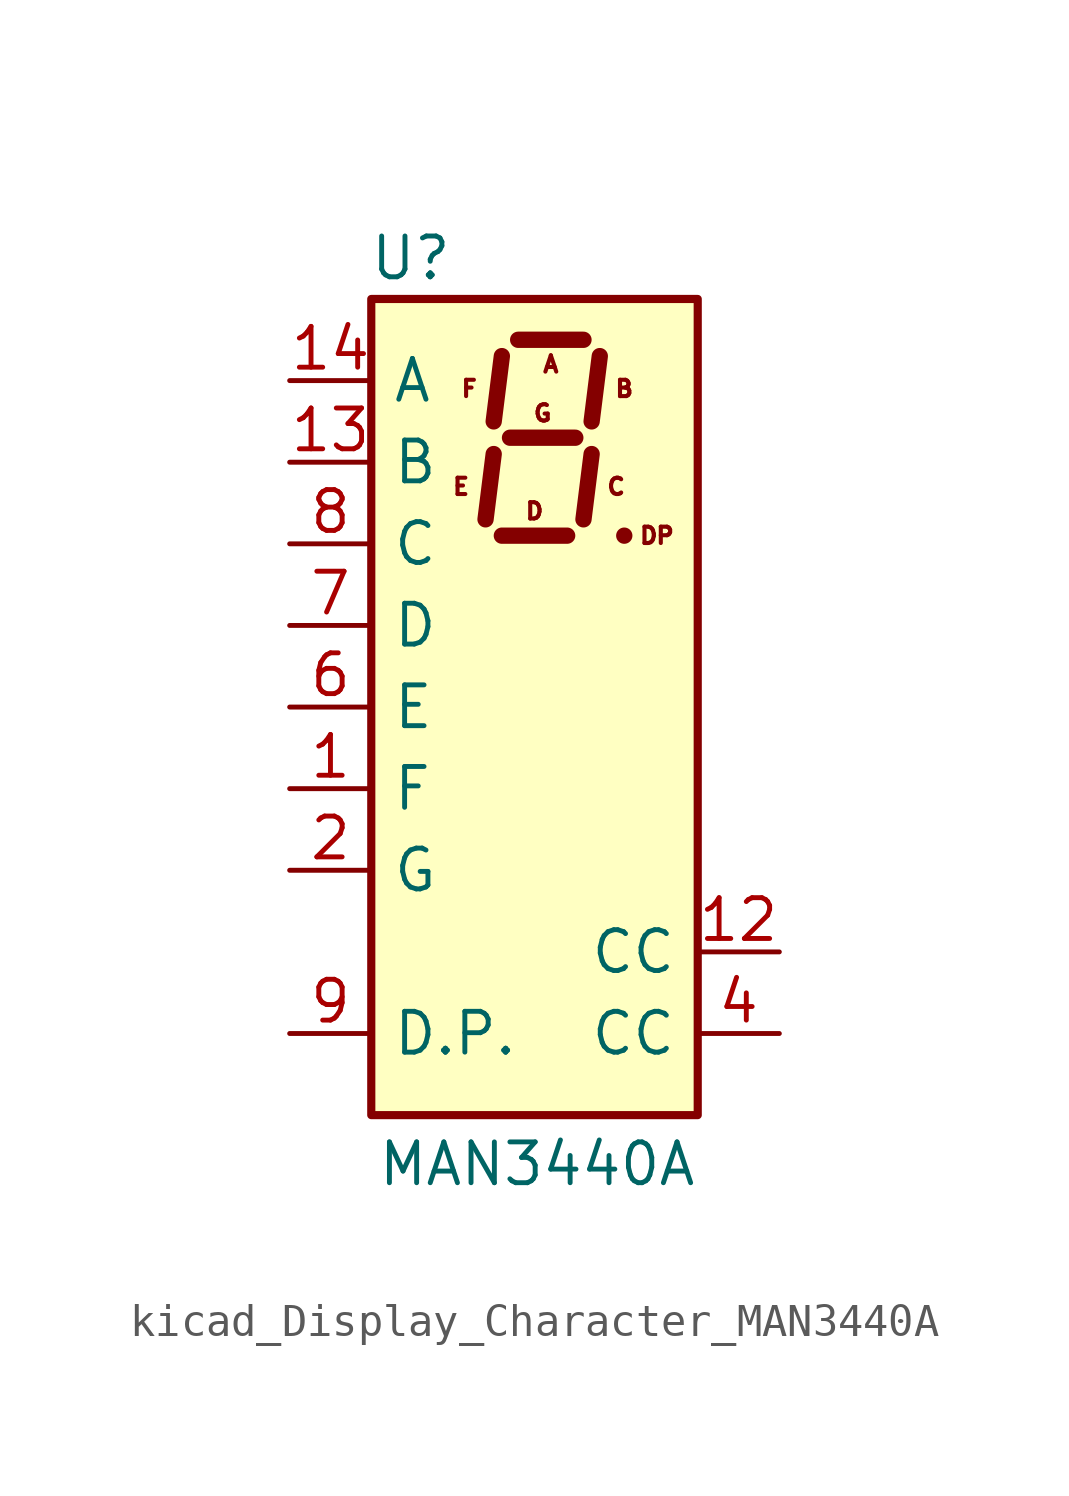
<source format=kicad_sym>
(kicad_symbol_lib
  (version 20220914)
  (generator kicad_symbol_editor)
  (symbol "kicad_Display_Character_MAN3440A"
    (pin_names
      (offset 0.635))
    (property "Reference" "U"
      (at -2.54 13.97 0)
      (effects (font (size 1.27 1.27)) (justify right)))
    (property "Value" "MAN3440A"
      (at 5.08 -14.224 0)
      (effects (font (size 1.27 1.27)) (justify right)))
    (symbol "kicad_Display_Character_MAN3440A_0_0"
      (text "A" (at 0.508 10.668 0) (effects (font (size 0.508 0.508))))
      (text "B" (at 2.794 9.906 0) (effects (font (size 0.508 0.508))))
      (text "C" (at 2.54 6.858 0) (effects (font (size 0.508 0.508))))
      (text "D" (at 0 6.096 0) (effects (font (size 0.508 0.508))))
      (text "DP" (at 3.81 5.334 0) (effects (font (size 0.508 0.508))))
      (text "E" (at -2.286 6.858 0) (effects (font (size 0.508 0.508))))
      (text "F" (at -2.032 9.906 0) (effects (font (size 0.508 0.508))))
      (text "G" (at 0.254 9.144 0) (effects (font (size 0.508 0.508)))))
    (symbol "kicad_Display_Character_MAN3440A_0_1"
      (rectangle (start -5.08 12.7) (end 5.08 -12.7) (stroke (width 0.254) (type default)) (fill (type background)))
      (polyline (pts (xy -1.27 7.874) (xy -1.524 5.842)) (stroke (width 0.508) (type default)) (fill (type none)))
      (polyline (pts (xy -1.016 5.334) (xy 1.016 5.334)) (stroke (width 0.508) (type default)) (fill (type none)))
      (polyline (pts (xy -1.016 10.922) (xy -1.27 8.89)) (stroke (width 0.508) (type default)) (fill (type none)))
      (polyline (pts (xy -0.762 8.382) (xy 1.27 8.382)) (stroke (width 0.508) (type default)) (fill (type none)))
      (polyline (pts (xy -0.508 11.43) (xy 1.524 11.43)) (stroke (width 0.508) (type default)) (fill (type none)))
      (polyline (pts (xy 1.778 7.874) (xy 1.524 5.842)) (stroke (width 0.508) (type default)) (fill (type none)))
      (polyline (pts (xy 2.032 10.922) (xy 1.778 8.89)) (stroke (width 0.508) (type default)) (fill (type none)))
      (polyline (pts (xy 2.794 5.334) (xy 2.794 5.334)) (stroke (width 0.508) (type default)) (fill (type none))))
    (symbol "kicad_Display_Character_MAN3440A_1_1"
      (pin input line (at -7.62 -2.54 0) (length 2.54) (name "F" (effects (font (size 1.27 1.27)))) (number "1" (effects (font (size 1.27 1.27)))))
      (pin no_connect line (at 5.08 -2.54 180) (length 2.54) hide (name "NC" (effects (font (size 1.27 1.27)))) (number "10" (effects (font (size 1.27 1.27)))))
      (pin no_connect line (at 5.08 -5.08 180) (length 2.54) hide (name "NC" (effects (font (size 1.27 1.27)))) (number "11" (effects (font (size 1.27 1.27)))))
      (pin input line (at 7.62 -7.62 180) (length 2.54) (name "CC" (effects (font (size 1.27 1.27)))) (number "12" (effects (font (size 1.27 1.27)))))
      (pin input line (at -7.62 7.62 0) (length 2.54) (name "B" (effects (font (size 1.27 1.27)))) (number "13" (effects (font (size 1.27 1.27)))))
      (pin input line (at -7.62 10.16 0) (length 2.54) (name "A" (effects (font (size 1.27 1.27)))) (number "14" (effects (font (size 1.27 1.27)))))
      (pin input line (at -7.62 -5.08 0) (length 2.54) (name "G" (effects (font (size 1.27 1.27)))) (number "2" (effects (font (size 1.27 1.27)))))
      (pin no_connect line (at 5.08 2.54 180) (length 2.54) hide (name "NC" (effects (font (size 1.27 1.27)))) (number "3" (effects (font (size 1.27 1.27)))))
      (pin input line (at 7.62 -10.16 180) (length 2.54) (name "CC" (effects (font (size 1.27 1.27)))) (number "4" (effects (font (size 1.27 1.27)))))
      (pin no_connect line (at 5.08 0 180) (length 2.54) hide (name "NC" (effects (font (size 1.27 1.27)))) (number "5" (effects (font (size 1.27 1.27)))))
      (pin input line (at -7.62 0 0) (length 2.54) (name "E" (effects (font (size 1.27 1.27)))) (number "6" (effects (font (size 1.27 1.27)))))
      (pin input line (at -7.62 2.54 0) (length 2.54) (name "D" (effects (font (size 1.27 1.27)))) (number "7" (effects (font (size 1.27 1.27)))))
      (pin input line (at -7.62 5.08 0) (length 2.54) (name "C" (effects (font (size 1.27 1.27)))) (number "8" (effects (font (size 1.27 1.27)))))
      (pin input line (at -7.62 -10.16 0) (length 2.54) (name "D.P." (effects (font (size 1.27 1.27)))) (number "9" (effects (font (size 1.27 1.27))))))))
</source>
